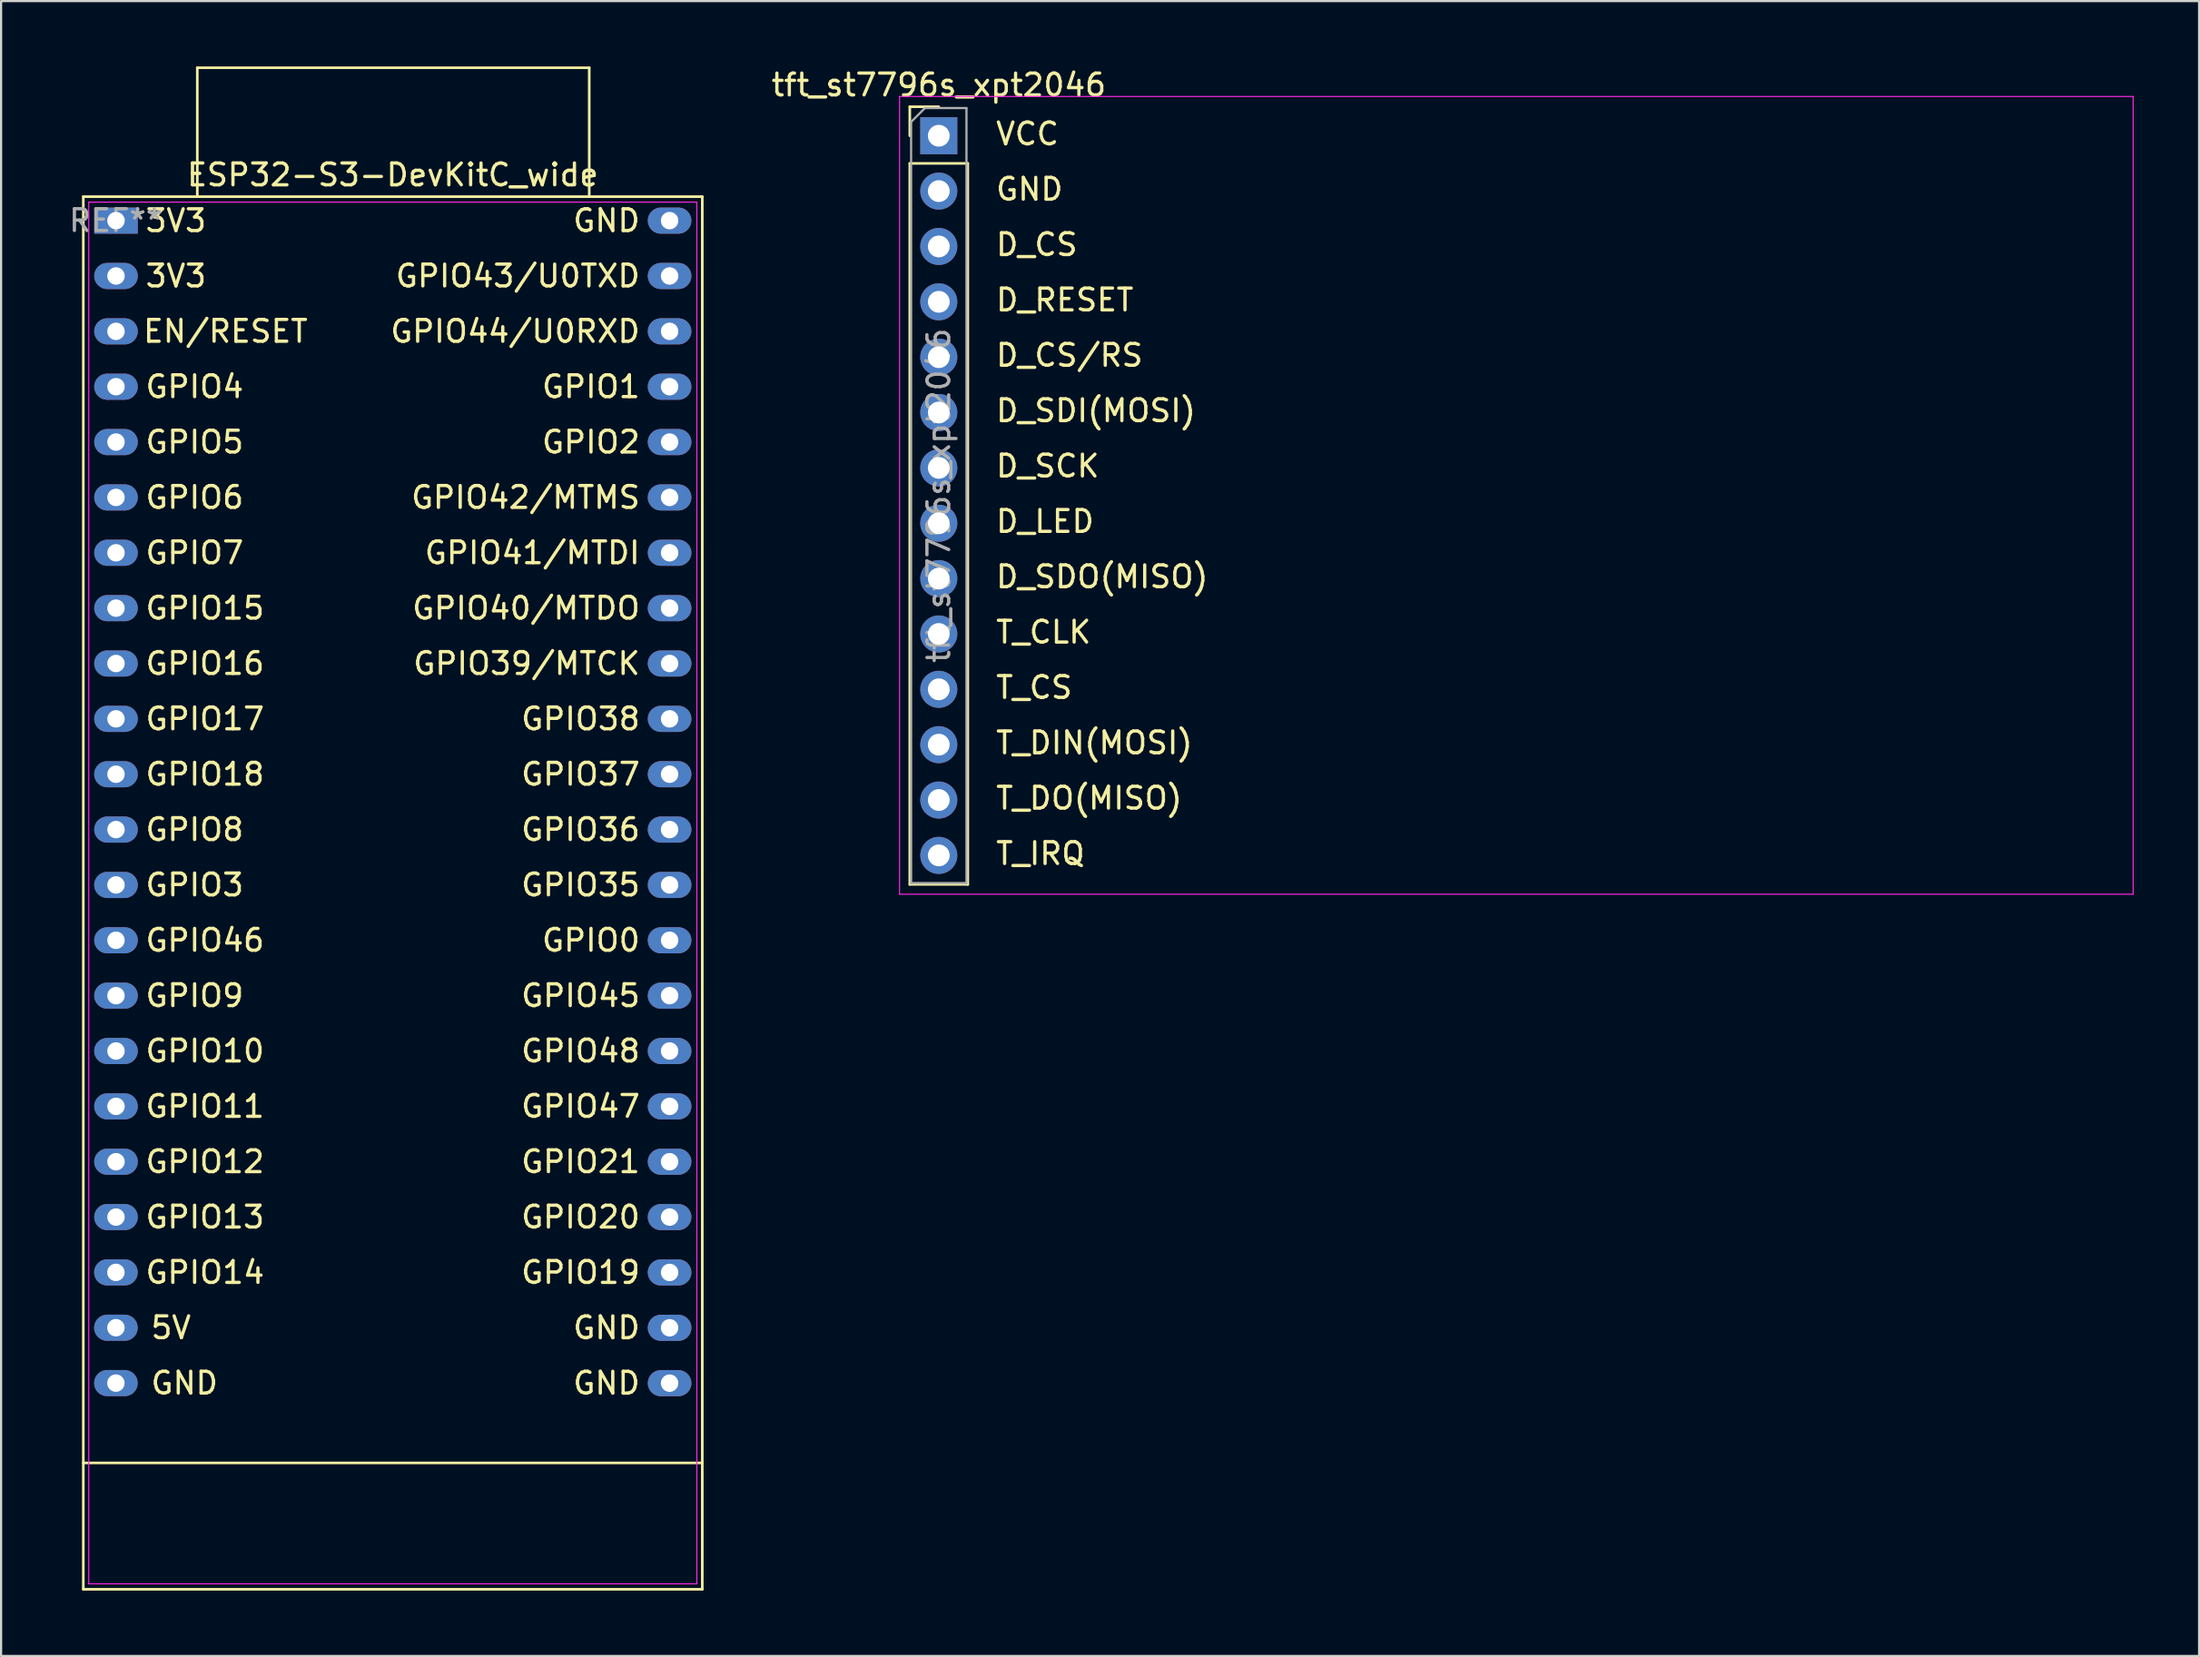
<source format=kicad_pcb>
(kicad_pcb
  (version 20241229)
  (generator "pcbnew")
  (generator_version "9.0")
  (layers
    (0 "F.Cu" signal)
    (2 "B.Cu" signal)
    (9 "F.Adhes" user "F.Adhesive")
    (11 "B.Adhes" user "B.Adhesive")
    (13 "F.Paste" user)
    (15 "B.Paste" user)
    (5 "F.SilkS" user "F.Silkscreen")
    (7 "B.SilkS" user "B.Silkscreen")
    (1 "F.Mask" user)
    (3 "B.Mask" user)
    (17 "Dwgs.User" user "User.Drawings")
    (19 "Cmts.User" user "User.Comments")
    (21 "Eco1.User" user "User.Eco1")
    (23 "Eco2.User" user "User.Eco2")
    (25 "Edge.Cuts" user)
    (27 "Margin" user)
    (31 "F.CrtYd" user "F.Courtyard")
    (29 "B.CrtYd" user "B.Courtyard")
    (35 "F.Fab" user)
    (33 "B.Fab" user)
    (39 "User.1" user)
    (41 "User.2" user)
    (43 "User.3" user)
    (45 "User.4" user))
  (footprint "ESP32-S3-DevKitC_wide"
    (layer "F.Cu")
    (at 2.272 7.073)
    (property "Reference" "ESP32-S3-DevKitC_wide" (at 12.7 -2.1 0) (layer "F.SilkS") (effects (font (size 1 1) (thickness 0.15))))
    (attr through_hole)
    (fp_line (start -1.5 57) (end 26.9 57) (stroke (width 0.12) (type solid)) (layer "F.SilkS"))
    (fp_line (start -1.5 62.797) (end 26.9 62.797) (stroke (width 0.12) (type solid)) (layer "F.SilkS"))
    (fp_line (start -1.5 -1.1) (end -1.5 62.797) (stroke (width 0.12) (type solid)) (layer "F.SilkS"))
    (fp_line (start 3.73 -7.013) (end 21.713 -7.013) (stroke (width 0.12) (type solid)) (layer "F.SilkS"))
    (fp_line (start 3.73 -1.12) (end 3.73 -7.013) (stroke (width 0.12) (type solid)) (layer "F.SilkS"))
    (fp_line (start 21.713 -7.013) (end 21.713 -1.12) (stroke (width 0.12) (type solid)) (layer "F.SilkS"))
    (fp_line (start 26.9 -1.1) (end -1.5 -1.1) (stroke (width 0.12) (type solid)) (layer "F.SilkS"))
    (fp_line (start 26.9 62.797) (end 26.9 -1.1) (stroke (width 0.12) (type solid)) (layer "F.SilkS"))
    (fp_line (start -1.25 -0.85) (end 26.65 -0.85) (stroke (width 0.05) (type solid)) (layer "F.CrtYd"))
    (fp_line (start -1.25 62.547) (end -1.25 -0.85) (stroke (width 0.05) (type solid)) (layer "F.CrtYd"))
    (fp_line (start 26.65 -0.85) (end 26.65 62.547) (stroke (width 0.05) (type solid)) (layer "F.CrtYd"))
    (fp_line (start 26.65 62.547) (end -1.25 62.547) (stroke (width 0.05) (type solid)) (layer "F.CrtYd"))
    (fp_text user "GPIO41/MTDI" (at 24.13 15.24 0) (unlocked yes) (layer "F.SilkS") (effects (font (size 1 1) (thickness 0.15)) (justify right)))
    (fp_text user "GPIO15" (at 1.27 17.78 0) (unlocked yes) (layer "F.SilkS") (effects (font (size 1 1) (thickness 0.15)) (justify left)))
    (fp_text user "GPIO1" (at 24.13 7.62 0) (unlocked yes) (layer "F.SilkS") (effects (font (size 1 1) (thickness 0.15)) (justify right)))
    (fp_text user "GPIO39/MTCK" (at 24.13 20.32 0) (unlocked yes) (layer "F.SilkS") (effects (font (size 1 1) (thickness 0.15)) (justify right)))
    (fp_text user "GPIO44/U0RXD" (at 24.13 5.08 0) (unlocked yes) (layer "F.SilkS") (effects (font (size 1 1) (thickness 0.15)) (justify right)))
    (fp_text user "GPIO18" (at 1.27 25.4 0) (unlocked yes) (layer "F.SilkS") (effects (font (size 1 1) (thickness 0.15)) (justify left)))
    (fp_text user "GPIO12" (at 1.27 43.18 0) (unlocked yes) (layer "F.SilkS") (effects (font (size 1 1) (thickness 0.15)) (justify left)))
    (fp_text user "GPIO38" (at 24.13 22.86 0) (unlocked yes) (layer "F.SilkS") (effects (font (size 1 1) (thickness 0.15)) (justify right)))
    (fp_text user "GPIO9" (at 1.27 35.56 0) (unlocked yes) (layer "F.SilkS") (effects (font (size 1 1) (thickness 0.15)) (justify left)))
    (fp_text user "GND" (at 24.13 0 0) (unlocked yes) (layer "F.SilkS") (effects (font (size 1 1) (thickness 0.15)) (justify right)))
    (fp_text user "GPIO36" (at 24.13 27.94 0) (unlocked yes) (layer "F.SilkS") (effects (font (size 1 1) (thickness 0.15)) (justify right)))
    (fp_text user "GPIO17" (at 1.27 22.86 0) (unlocked yes) (layer "F.SilkS") (effects (font (size 1 1) (thickness 0.15)) (justify left)))
    (fp_text user "GPIO35" (at 24.13 30.48 0) (unlocked yes) (layer "F.SilkS") (effects (font (size 1 1) (thickness 0.15)) (justify right)))
    (fp_text user "GPIO6" (at 1.27 12.7 0) (unlocked yes) (layer "F.SilkS") (effects (font (size 1 1) (thickness 0.15)) (justify left)))
    (fp_text user "GPIO37" (at 24.13 25.4 0) (unlocked yes) (layer "F.SilkS") (effects (font (size 1 1) (thickness 0.15)) (justify right)))
    (fp_text user "EN/RESET" (at 8.886 5.077 0) (unlocked yes) (layer "F.SilkS") (effects (font (size 1 1) (thickness 0.15)) (justify right)))
    (fp_text user "GPIO48" (at 24.13 38.1 0) (unlocked yes) (layer "F.SilkS") (effects (font (size 1 1) (thickness 0.15)) (justify right)))
    (fp_text user "GPIO11" (at 1.27 40.64 0) (unlocked yes) (layer "F.SilkS") (effects (font (size 1 1) (thickness 0.15)) (justify left)))
    (fp_text user "GPIO43/U0TXD" (at 24.13 2.54 0) (unlocked yes) (layer "F.SilkS") (effects (font (size 1 1) (thickness 0.15)) (justify right)))
    (fp_text user "GPIO47" (at 24.13 40.64 0) (unlocked yes) (layer "F.SilkS") (effects (font (size 1 1) (thickness 0.15)) (justify right)))
    (fp_text user "3V3" (at 1.27 0 0) (unlocked yes) (layer "F.SilkS") (effects (font (size 1 1) (thickness 0.15)) (justify left)))
    (fp_text user "3V3" (at 1.27 2.54 0) (unlocked yes) (layer "F.SilkS") (effects (font (size 1 1) (thickness 0.15)) (justify left)))
    (fp_text user "GPIO21" (at 24.13 43.18 0) (unlocked yes) (layer "F.SilkS") (effects (font (size 1 1) (thickness 0.15)) (justify right)))
    (fp_text user "GPIO16" (at 1.27 20.32 0) (unlocked yes) (layer "F.SilkS") (effects (font (size 1 1) (thickness 0.15)) (justify left)))
    (fp_text user "GPIO19" (at 24.13 48.26 0) (unlocked yes) (layer "F.SilkS") (effects (font (size 1 1) (thickness 0.15)) (justify right)))
    (fp_text user "GPIO0" (at 24.13 33.02 0) (unlocked yes) (layer "F.SilkS") (effects (font (size 1 1) (thickness 0.15)) (justify right)))
    (fp_text user "GPIO13" (at 1.27 45.72 0) (unlocked yes) (layer "F.SilkS") (effects (font (size 1 1) (thickness 0.15)) (justify left)))
    (fp_text user "GPIO2" (at 24.13 10.16 0) (unlocked yes) (layer "F.SilkS") (effects (font (size 1 1) (thickness 0.15)) (justify right)))
    (fp_text user "GPIO20" (at 24.13 45.72 0) (unlocked yes) (layer "F.SilkS") (effects (font (size 1 1) (thickness 0.15)) (justify right)))
    (fp_text user "GPIO14" (at 1.27 48.26 0) (unlocked yes) (layer "F.SilkS") (effects (font (size 1 1) (thickness 0.15)) (justify left)))
    (fp_text user "GPIO45" (at 24.13 35.56 0) (unlocked yes) (layer "F.SilkS") (effects (font (size 1 1) (thickness 0.15)) (justify right)))
    (fp_text user "GPIO7" (at 1.27 15.24 0) (unlocked yes) (layer "F.SilkS") (effects (font (size 1 1) (thickness 0.15)) (justify left)))
    (fp_text user "GPIO46" (at 1.27 33.02 0) (unlocked yes) (layer "F.SilkS") (effects (font (size 1 1) (thickness 0.15)) (justify left)))
    (fp_text user "GND" (at 1.52 53.337 0) (unlocked yes) (layer "F.SilkS") (effects (font (size 1 1) (thickness 0.15)) (justify left)))
    (fp_text user "GPIO3" (at 1.27 30.48 0) (unlocked yes) (layer "F.SilkS") (effects (font (size 1 1) (thickness 0.15)) (justify left)))
    (fp_text user "GPIO10" (at 1.27 38.1 0) (unlocked yes) (layer "F.SilkS") (effects (font (size 1 1) (thickness 0.15)) (justify left)))
    (fp_text user "GPIO4" (at 1.27 7.62 0) (unlocked yes) (layer "F.SilkS") (effects (font (size 1 1) (thickness 0.15)) (justify left)))
    (fp_text user "GPIO5" (at 1.27 10.16 0) (unlocked yes) (layer "F.SilkS") (effects (font (size 1 1) (thickness 0.15)) (justify left)))
    (fp_text user "5V" (at 1.52 50.797 0) (unlocked yes) (layer "F.SilkS") (effects (font (size 1 1) (thickness 0.15)) (justify left)))
    (fp_text user "GPIO42/MTMS" (at 24.13 12.7 0) (unlocked yes) (layer "F.SilkS") (effects (font (size 1 1) (thickness 0.15)) (justify right)))
    (fp_text user "GND" (at 24.13 50.8 0) (unlocked yes) (layer "F.SilkS") (effects (font (size 1 1) (thickness 0.15)) (justify right)))
    (fp_text user "GPIO8" (at 1.27 27.94 0) (unlocked yes) (layer "F.SilkS") (effects (font (size 1 1) (thickness 0.15)) (justify left)))
    (fp_text user "GND" (at 24.13 53.34 0) (unlocked yes) (layer "F.SilkS") (effects (font (size 1 1) (thickness 0.15)) (justify right)))
    (fp_text user "GPIO40/MTDO" (at 24.13 17.78 0) (unlocked yes) (layer "F.SilkS") (effects (font (size 1 1) (thickness 0.15)) (justify right)))
    (fp_text user "REF**" (at -0.004 -0.003 0) (layer "F.Fab") (effects (font (size 1 1) (thickness 0.15))))
    (pad "1" thru_hole rect (at 0 0 270) (size 1.2 2) (drill 0.8) (layers "*.Cu" "*.Mask"))
    (pad "2" thru_hole oval (at 0 2.54 270) (size 1.2 2) (drill 0.8) (layers "*.Cu" "*.Mask"))
    (pad "3" thru_hole oval (at 0 5.08 270) (size 1.2 2) (drill 0.8) (layers "*.Cu" "*.Mask"))
    (pad "4" thru_hole oval (at 0 7.62 270) (size 1.2 2) (drill 0.8) (layers "*.Cu" "*.Mask"))
    (pad "5" thru_hole oval (at 0 10.16 270) (size 1.2 2) (drill 0.8) (layers "*.Cu" "*.Mask"))
    (pad "6" thru_hole oval (at 0 12.7 270) (size 1.2 2) (drill 0.8) (layers "*.Cu" "*.Mask"))
    (pad "7" thru_hole oval (at 0 15.24 270) (size 1.2 2) (drill 0.8) (layers "*.Cu" "*.Mask"))
    (pad "8" thru_hole oval (at 0 17.78 270) (size 1.2 2) (drill 0.8) (layers "*.Cu" "*.Mask"))
    (pad "9" thru_hole oval (at 0 20.32 270) (size 1.2 2) (drill 0.8) (layers "*.Cu" "*.Mask"))
    (pad "10" thru_hole oval (at 0 22.86 270) (size 1.2 2) (drill 0.8) (layers "*.Cu" "*.Mask"))
    (pad "11" thru_hole oval (at 0 25.4 270) (size 1.2 2) (drill 0.8) (layers "*.Cu" "*.Mask"))
    (pad "12" thru_hole oval (at 0 27.94 270) (size 1.2 2) (drill 0.8) (layers "*.Cu" "*.Mask"))
    (pad "13" thru_hole oval (at 0 30.48 270) (size 1.2 2) (drill 0.8) (layers "*.Cu" "*.Mask"))
    (pad "14" thru_hole oval (at 0 33.02 270) (size 1.2 2) (drill 0.8) (layers "*.Cu" "*.Mask"))
    (pad "15" thru_hole oval (at 0 35.56 270) (size 1.2 2) (drill 0.8) (layers "*.Cu" "*.Mask"))
    (pad "16" thru_hole oval (at 0 38.1 270) (size 1.2 2) (drill 0.8) (layers "*.Cu" "*.Mask"))
    (pad "17" thru_hole oval (at 0 40.64 270) (size 1.2 2) (drill 0.8) (layers "*.Cu" "*.Mask"))
    (pad "18" thru_hole oval (at 0 43.18 270) (size 1.2 2) (drill 0.8) (layers "*.Cu" "*.Mask"))
    (pad "19" thru_hole oval (at 0 45.72 270) (size 1.2 2) (drill 0.8) (layers "*.Cu" "*.Mask"))
    (pad "20" thru_hole oval (at -0.004 48.257 270) (size 1.2 2) (drill 0.8) (layers "*.Cu" "*.Mask"))
    (pad "21" thru_hole oval (at -0.004 50.797 270) (size 1.2 2) (drill 0.8) (layers "*.Cu" "*.Mask"))
    (pad "22" thru_hole oval (at -0.004 53.337 270) (size 1.2 2) (drill 0.8) (layers "*.Cu" "*.Mask"))
    (pad "23" thru_hole oval (at 25.4 53.34 270) (size 1.2 2) (drill 0.8) (layers "*.Cu" "*.Mask"))
    (pad "25.4" thru_hole oval (at 25.4 48.26 270) (size 1.2 2) (drill 0.8) (layers "*.Cu" "*.Mask"))
    (pad "25.4" thru_hole oval (at 25.4 50.8 270) (size 1.2 2) (drill 0.8) (layers "*.Cu" "*.Mask"))
    (pad "26" thru_hole oval (at 25.4 45.72 270) (size 1.2 2) (drill 0.8) (layers "*.Cu" "*.Mask"))
    (pad "27" thru_hole oval (at 25.4 43.18 270) (size 1.2 2) (drill 0.8) (layers "*.Cu" "*.Mask"))
    (pad "28" thru_hole oval (at 25.4 40.64 270) (size 1.2 2) (drill 0.8) (layers "*.Cu" "*.Mask"))
    (pad "29" thru_hole oval (at 25.4 38.1 270) (size 1.2 2) (drill 0.8) (layers "*.Cu" "*.Mask"))
    (pad "30" thru_hole oval (at 25.4 35.56 270) (size 1.2 2) (drill 0.8) (layers "*.Cu" "*.Mask"))
    (pad "31" thru_hole oval (at 25.4 33.02 270) (size 1.2 2) (drill 0.8) (layers "*.Cu" "*.Mask"))
    (pad "32" thru_hole oval (at 25.4 30.48 270) (size 1.2 2) (drill 0.8) (layers "*.Cu" "*.Mask"))
    (pad "33" thru_hole oval (at 25.4 27.94 270) (size 1.2 2) (drill 0.8) (layers "*.Cu" "*.Mask"))
    (pad "34" thru_hole oval (at 25.4 25.4 270) (size 1.2 2) (drill 0.8) (layers "*.Cu" "*.Mask"))
    (pad "35" thru_hole oval (at 25.4 22.86 270) (size 1.2 2) (drill 0.8) (layers "*.Cu" "*.Mask"))
    (pad "36" thru_hole oval (at 25.4 20.32 270) (size 1.2 2) (drill 0.8) (layers "*.Cu" "*.Mask"))
    (pad "37" thru_hole oval (at 25.4 17.78 270) (size 1.2 2) (drill 0.8) (layers "*.Cu" "*.Mask"))
    (pad "38" thru_hole oval (at 25.4 15.24 270) (size 1.2 2) (drill 0.8) (layers "*.Cu" "*.Mask"))
    (pad "39" thru_hole oval (at 25.4 12.7 270) (size 1.2 2) (drill 0.8) (layers "*.Cu" "*.Mask"))
    (pad "40" thru_hole oval (at 25.4 10.16 270) (size 1.2 2) (drill 0.8) (layers "*.Cu" "*.Mask"))
    (pad "41" thru_hole oval (at 25.4 7.62 270) (size 1.2 2) (drill 0.8) (layers "*.Cu" "*.Mask"))
    (pad "42" thru_hole oval (at 25.4 5.08 270) (size 1.2 2) (drill 0.8) (layers "*.Cu" "*.Mask"))
    (pad "43" thru_hole oval (at 25.4 2.54 270) (size 1.2 2) (drill 0.8) (layers "*.Cu" "*.Mask"))
    (pad "44" thru_hole oval (at 25.4 0 270) (size 1.2 2) (drill 0.8) (layers "*.Cu" "*.Mask")))
  (footprint "tft_st7796s_xpt2046"
    (layer "F.Cu")
    (at 40.023 3.178)
    (property "Reference" "tft_st7796s_xpt2046" (at 0 -2.33 0) (layer "F.SilkS") (effects (font (size 1 1) (thickness 0.15))))
    (attr through_hole)
    (fp_line (start -1.33 -1.33) (end 0 -1.33) (stroke (width 0.12) (type solid)) (layer "F.SilkS"))
    (fp_line (start -1.33 0) (end -1.33 -1.33) (stroke (width 0.12) (type solid)) (layer "F.SilkS"))
    (fp_line (start -1.33 1.27) (end -1.33 34.35) (stroke (width 0.12) (type solid)) (layer "F.SilkS"))
    (fp_line (start -1.33 1.27) (end 1.33 1.27) (stroke (width 0.12) (type solid)) (layer "F.SilkS"))
    (fp_line (start -1.33 34.35) (end 1.33 34.35) (stroke (width 0.12) (type solid)) (layer "F.SilkS"))
    (fp_line (start 1.33 1.27) (end 1.33 34.35) (stroke (width 0.12) (type solid)) (layer "F.SilkS"))
    (fp_line (start -1.8 -1.8) (end -1.8 34.8) (stroke (width 0.05) (type solid)) (layer "F.CrtYd"))
    (fp_line (start -1.8 34.8) (end 54.8 34.8) (stroke (width 0.05) (type solid)) (layer "F.CrtYd"))
    (fp_line (start 54.8 -1.8) (end -1.8 -1.8) (stroke (width 0.05) (type solid)) (layer "F.CrtYd"))
    (fp_line (start 54.8 34.8) (end 54.8 -1.8) (stroke (width 0.05) (type solid)) (layer "F.CrtYd"))
    (fp_line (start -1.27 -0.635) (end -0.635 -1.27) (stroke (width 0.1) (type solid)) (layer "F.Fab"))
    (fp_line (start -1.27 34.29) (end -1.27 -0.635) (stroke (width 0.1) (type solid)) (layer "F.Fab"))
    (fp_line (start -0.635 -1.27) (end 1.27 -1.27) (stroke (width 0.1) (type solid)) (layer "F.Fab"))
    (fp_line (start 1.27 -1.27) (end 1.27 34.29) (stroke (width 0.1) (type solid)) (layer "F.Fab"))
    (fp_line (start 1.27 34.29) (end -1.27 34.29) (stroke (width 0.1) (type solid)) (layer "F.Fab"))
    (fp_text user "T_DIN(MOSI)" (at 2.54 28.44 0) (unlocked yes) (layer "F.SilkS") (effects (font (size 1 1) (thickness 0.15)) (justify left bottom)))
    (fp_text user "GND" (at 2.54 3.04 0) (unlocked yes) (layer "F.SilkS") (effects (font (size 1 1) (thickness 0.15)) (justify left bottom)))
    (fp_text user "D_RESET" (at 2.54 8.12 0) (unlocked yes) (layer "F.SilkS") (effects (font (size 1 1) (thickness 0.15)) (justify left bottom)))
    (fp_text user "T_DO(MISO)" (at 2.54 30.98 0) (unlocked yes) (layer "F.SilkS") (effects (font (size 1 1) (thickness 0.15)) (justify left bottom)))
    (fp_text user "T_CS" (at 2.54 25.9 0) (unlocked yes) (layer "F.SilkS") (effects (font (size 1 1) (thickness 0.15)) (justify left bottom)))
    (fp_text user "D_CS/RS" (at 2.54 10.66 0) (unlocked yes) (layer "F.SilkS") (effects (font (size 1 1) (thickness 0.15)) (justify left bottom)))
    (fp_text user "D_SCK" (at 2.54 15.74 0) (unlocked yes) (layer "F.SilkS") (effects (font (size 1 1) (thickness 0.15)) (justify left bottom)))
    (fp_text user "T_CLK" (at 2.54 23.36 0) (unlocked yes) (layer "F.SilkS") (effects (font (size 1 1) (thickness 0.15)) (justify left bottom)))
    (fp_text user "VCC" (at 2.54 0.5 0) (unlocked yes) (layer "F.SilkS") (effects (font (size 1 1) (thickness 0.15)) (justify left bottom)))
    (fp_text user "D_LED" (at 2.54 18.28 0) (unlocked yes) (layer "F.SilkS") (effects (font (size 1 1) (thickness 0.15)) (justify left bottom)))
    (fp_text user "D_SDO(MISO)" (at 2.54 20.82 0) (unlocked yes) (layer "F.SilkS") (effects (font (size 1 1) (thickness 0.15)) (justify left bottom)))
    (fp_text user "D_SDI(MOSI)" (at 2.54 13.2 0) (unlocked yes) (layer "F.SilkS") (effects (font (size 1 1) (thickness 0.15)) (justify left bottom)))
    (fp_text user "D_CS" (at 2.54 5.58 0) (unlocked yes) (layer "F.SilkS") (effects (font (size 1 1) (thickness 0.15)) (justify left bottom)))
    (fp_text user "T_IRQ" (at 2.54 33.52 0) (unlocked yes) (layer "F.SilkS") (effects (font (size 1 1) (thickness 0.15)) (justify left bottom)))
    (fp_text user "${REFERENCE}" (at 0 16.51 90) (layer "F.Fab") (effects (font (size 1 1) (thickness 0.15))))
    (pad "1" thru_hole rect (at 0 0) (size 1.7 1.7) (drill 1) (layers "*.Cu" "*.Mask"))
    (pad "2" thru_hole oval (at 0 2.54) (size 1.7 1.7) (drill 1) (layers "*.Cu" "*.Mask"))
    (pad "3" thru_hole oval (at 0 5.08) (size 1.7 1.7) (drill 1) (layers "*.Cu" "*.Mask"))
    (pad "4" thru_hole oval (at 0 7.62) (size 1.7 1.7) (drill 1) (layers "*.Cu" "*.Mask"))
    (pad "5" thru_hole oval (at 0 10.16) (size 1.7 1.7) (drill 1) (layers "*.Cu" "*.Mask"))
    (pad "6" thru_hole oval (at 0 12.7) (size 1.7 1.7) (drill 1) (layers "*.Cu" "*.Mask"))
    (pad "7" thru_hole oval (at 0 15.24) (size 1.7 1.7) (drill 1) (layers "*.Cu" "*.Mask"))
    (pad "8" thru_hole oval (at 0 17.78) (size 1.7 1.7) (drill 1) (layers "*.Cu" "*.Mask"))
    (pad "9" thru_hole oval (at 0 20.32) (size 1.7 1.7) (drill 1) (layers "*.Cu" "*.Mask"))
    (pad "10" thru_hole oval (at 0 22.86) (size 1.7 1.7) (drill 1) (layers "*.Cu" "*.Mask"))
    (pad "11" thru_hole oval (at 0 25.4) (size 1.7 1.7) (drill 1) (layers "*.Cu" "*.Mask"))
    (pad "12" thru_hole oval (at 0 27.94) (size 1.7 1.7) (drill 1) (layers "*.Cu" "*.Mask"))
    (pad "13" thru_hole oval (at 0 30.48) (size 1.7 1.7) (drill 1) (layers "*.Cu" "*.Mask"))
    (pad "14" thru_hole oval (at 0 33.02) (size 1.7 1.7) (drill 1) (layers "*.Cu" "*.Mask")))
  (gr_rect
    (start -3 -3)
    (end 97.848 72.93)
    (stroke (width 0.1) (type default))
    (fill no)
    (layer "Edge.Cuts")))
</source>
